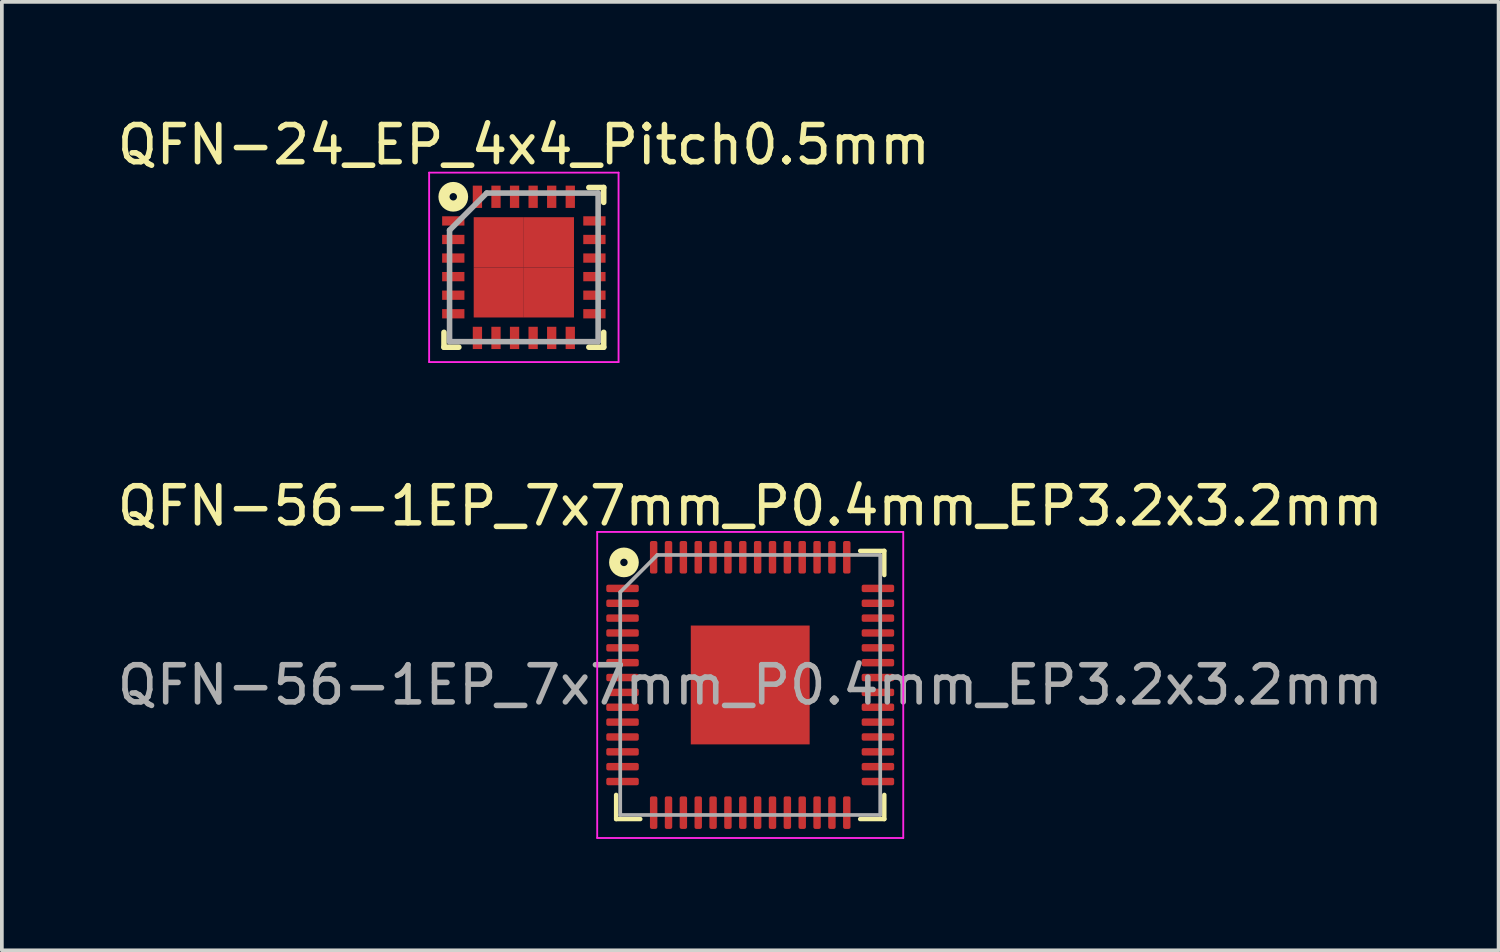
<source format=kicad_pcb>
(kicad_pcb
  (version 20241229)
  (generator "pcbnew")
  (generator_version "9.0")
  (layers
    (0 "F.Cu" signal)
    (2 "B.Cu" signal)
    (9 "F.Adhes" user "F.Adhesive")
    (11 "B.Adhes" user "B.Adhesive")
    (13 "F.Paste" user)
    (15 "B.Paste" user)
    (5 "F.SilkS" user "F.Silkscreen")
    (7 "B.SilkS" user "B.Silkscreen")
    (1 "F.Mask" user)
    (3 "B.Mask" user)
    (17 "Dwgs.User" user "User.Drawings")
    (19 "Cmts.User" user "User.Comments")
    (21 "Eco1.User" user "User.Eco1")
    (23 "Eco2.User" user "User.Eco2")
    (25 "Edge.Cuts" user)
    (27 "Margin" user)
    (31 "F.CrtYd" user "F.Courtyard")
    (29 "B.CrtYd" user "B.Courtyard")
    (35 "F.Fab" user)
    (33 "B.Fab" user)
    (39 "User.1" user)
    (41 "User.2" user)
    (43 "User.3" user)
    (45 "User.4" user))
  (footprint "QFN-24_EP_4x4_Pitch0.5mm"
    (layer "F.Cu")
    (at 11.054 4.148)
    (property "Reference" "QFN-24_EP_4x4_Pitch0.5mm" (at 0 -3.3 0) (layer "F.SilkS") (effects (font (size 1 1) (thickness 0.15))))
    (attr smd)
    (fp_line (start -2.15 2.15) (end -2.15 1.75) (stroke (width 0.15) (type solid)) (layer "F.SilkS"))
    (fp_line (start -1.75 2.15) (end -2.15 2.15) (stroke (width 0.15) (type solid)) (layer "F.SilkS"))
    (fp_line (start 1.75 -2.15) (end 2.15 -2.15) (stroke (width 0.15) (type solid)) (layer "F.SilkS"))
    (fp_line (start 1.75 2.15) (end 2.15 2.15) (stroke (width 0.15) (type solid)) (layer "F.SilkS"))
    (fp_line (start 2.15 -2.15) (end 2.15 -1.75) (stroke (width 0.15) (type solid)) (layer "F.SilkS"))
    (fp_line (start 2.15 2.15) (end 2.15 1.75) (stroke (width 0.15) (type solid)) (layer "F.SilkS"))
    (fp_circle (center -1.9 -1.9) (end -1.8 -1.9) (stroke (width 0.3) (type default)) (fill no) (layer "F.SilkS"))
    (fp_line (start -2.55 -2.55) (end 2.55 -2.55) (stroke (width 0.05) (type solid)) (layer "F.CrtYd"))
    (fp_line (start -2.55 2.55) (end -2.55 -2.55) (stroke (width 0.05) (type solid)) (layer "F.CrtYd"))
    (fp_line (start 2.55 -2.55) (end 2.55 2.55) (stroke (width 0.05) (type solid)) (layer "F.CrtYd"))
    (fp_line (start 2.55 2.55) (end -2.55 2.55) (stroke (width 0.05) (type solid)) (layer "F.CrtYd"))
    (fp_line (start -2 -1) (end -2 2) (stroke (width 0.15) (type solid)) (layer "F.Fab"))
    (fp_line (start -2 2) (end 2 2) (stroke (width 0.15) (type solid)) (layer "F.Fab"))
    (fp_line (start -1 -2) (end -2 -1) (stroke (width 0.15) (type solid)) (layer "F.Fab"))
    (fp_line (start 2 -2) (end -1 -2) (stroke (width 0.15) (type solid)) (layer "F.Fab"))
    (fp_line (start 2 2) (end 2 -2) (stroke (width 0.15) (type solid)) (layer "F.Fab"))
    (pad "1" smd rect (at -1.9 -1.25 90) (size 0.25 0.6) (layers "F.Cu" "F.Mask" "F.Paste"))
    (pad "2" smd rect (at -1.9 -0.75 90) (size 0.25 0.6) (layers "F.Cu" "F.Mask" "F.Paste"))
    (pad "3" smd rect (at -1.9 -0.25 90) (size 0.25 0.6) (layers "F.Cu" "F.Mask" "F.Paste"))
    (pad "4" smd rect (at -1.9 0.25 90) (size 0.25 0.6) (layers "F.Cu" "F.Mask" "F.Paste"))
    (pad "5" smd rect (at -1.9 0.75 90) (size 0.25 0.6) (layers "F.Cu" "F.Mask" "F.Paste"))
    (pad "6" smd rect (at -1.9 1.25 90) (size 0.25 0.6) (layers "F.Cu" "F.Mask" "F.Paste"))
    (pad "7" smd rect (at -1.25 1.9) (size 0.25 0.6) (layers "F.Cu" "F.Mask" "F.Paste"))
    (pad "8" smd rect (at -0.75 1.9) (size 0.25 0.6) (layers "F.Cu" "F.Mask" "F.Paste"))
    (pad "9" smd rect (at -0.25 1.9) (size 0.25 0.6) (layers "F.Cu" "F.Mask" "F.Paste"))
    (pad "10" smd rect (at 0.25 1.9) (size 0.25 0.6) (layers "F.Cu" "F.Mask" "F.Paste"))
    (pad "11" smd rect (at 0.75 1.9) (size 0.25 0.6) (layers "F.Cu" "F.Mask" "F.Paste"))
    (pad "12" smd rect (at 1.25 1.9) (size 0.25 0.6) (layers "F.Cu" "F.Mask" "F.Paste"))
    (pad "13" smd rect (at 1.9 1.25 90) (size 0.25 0.6) (layers "F.Cu" "F.Mask" "F.Paste"))
    (pad "14" smd rect (at 1.9 0.75 90) (size 0.25 0.6) (layers "F.Cu" "F.Mask" "F.Paste"))
    (pad "15" smd rect (at 1.9 0.25 90) (size 0.25 0.6) (layers "F.Cu" "F.Mask" "F.Paste"))
    (pad "16" smd rect (at 1.9 -0.25 90) (size 0.25 0.6) (layers "F.Cu" "F.Mask" "F.Paste"))
    (pad "17" smd rect (at 1.9 -0.75 90) (size 0.25 0.6) (layers "F.Cu" "F.Mask" "F.Paste"))
    (pad "18" smd rect (at 1.9 -1.25 90) (size 0.25 0.6) (layers "F.Cu" "F.Mask" "F.Paste"))
    (pad "19" smd rect (at 1.25 -1.9) (size 0.25 0.6) (layers "F.Cu" "F.Mask" "F.Paste"))
    (pad "20" smd rect (at 0.75 -1.9) (size 0.25 0.6) (layers "F.Cu" "F.Mask" "F.Paste"))
    (pad "21" smd rect (at 0.25 -1.9) (size 0.25 0.6) (layers "F.Cu" "F.Mask" "F.Paste"))
    (pad "22" smd rect (at -0.25 -1.9) (size 0.25 0.6) (layers "F.Cu" "F.Mask" "F.Paste"))
    (pad "23" smd rect (at -0.75 -1.9) (size 0.25 0.6) (layers "F.Cu" "F.Mask" "F.Paste"))
    (pad "24" smd rect (at -1.25 -1.9) (size 0.25 0.6) (layers "F.Cu" "F.Mask" "F.Paste"))
    (pad "25" smd rect (at -0.675 -0.675) (size 1.35 1.35) (layers "F.Cu" "F.Mask" "F.Paste"))
    (pad "25" smd rect (at -0.675 0.675) (size 1.35 1.35) (layers "F.Cu" "F.Mask" "F.Paste"))
    (pad "25" smd rect (at 0.675 -0.675) (size 1.35 1.35) (layers "F.Cu" "F.Mask" "F.Paste"))
    (pad "25" smd rect (at 0.675 0.675) (size 1.35 1.35) (layers "F.Cu" "F.Mask" "F.Paste")))
  (footprint "QFN-56-1EP_7x7mm_P0.4mm_EP3.2x3.2mm"
    (layer "F.Cu")
    (at 17.149 15.392)
    (property "Reference" "QFN-56-1EP_7x7mm_P0.4mm_EP3.2x3.2mm" (at 0 -4.82 0) (layer "F.SilkS") (effects (font (size 1 1) (thickness 0.15))))
    (attr smd)
    (fp_line (start -3.61 3.61) (end -3.61 2.96) (stroke (width 0.12) (type solid)) (layer "F.SilkS"))
    (fp_line (start -2.96 3.61) (end -3.61 3.61) (stroke (width 0.12) (type solid)) (layer "F.SilkS"))
    (fp_line (start 2.96 -3.61) (end 3.61 -3.61) (stroke (width 0.12) (type solid)) (layer "F.SilkS"))
    (fp_line (start 2.96 3.61) (end 3.61 3.61) (stroke (width 0.12) (type solid)) (layer "F.SilkS"))
    (fp_line (start 3.61 -3.61) (end 3.61 -2.96) (stroke (width 0.12) (type solid)) (layer "F.SilkS"))
    (fp_line (start 3.61 3.61) (end 3.61 2.96) (stroke (width 0.12) (type solid)) (layer "F.SilkS"))
    (fp_circle (center -3.4 -3.3) (end -3.3 -3.3) (stroke (width 0.3) (type default)) (fill no) (layer "F.SilkS"))
    (fp_line (start -4.12 -4.12) (end -4.12 4.12) (stroke (width 0.05) (type solid)) (layer "F.CrtYd"))
    (fp_line (start -4.12 4.12) (end 4.12 4.12) (stroke (width 0.05) (type solid)) (layer "F.CrtYd"))
    (fp_line (start 4.12 -4.12) (end -4.12 -4.12) (stroke (width 0.05) (type solid)) (layer "F.CrtYd"))
    (fp_line (start 4.12 4.12) (end 4.12 -4.12) (stroke (width 0.05) (type solid)) (layer "F.CrtYd"))
    (fp_line (start -3.5 -2.5) (end -2.5 -3.5) (stroke (width 0.1) (type solid)) (layer "F.Fab"))
    (fp_line (start -3.5 3.5) (end -3.5 -2.5) (stroke (width 0.1) (type solid)) (layer "F.Fab"))
    (fp_line (start -2.5 -3.5) (end 3.5 -3.5) (stroke (width 0.1) (type solid)) (layer "F.Fab"))
    (fp_line (start 3.5 -3.5) (end 3.5 3.5) (stroke (width 0.1) (type solid)) (layer "F.Fab"))
    (fp_line (start 3.5 3.5) (end -3.5 3.5) (stroke (width 0.1) (type solid)) (layer "F.Fab"))
    (fp_text user "${REFERENCE}" (at 0 0 0) (layer "F.Fab") (effects (font (size 1 1) (thickness 0.15))))
    (pad "" smd roundrect (at -0.8 -0.8) (size 1.29 1.29) (layers "F.Paste") (roundrect_rratio 0.194))
    (pad "" smd roundrect (at -0.8 0.8) (size 1.29 1.29) (layers "F.Paste") (roundrect_rratio 0.194))
    (pad "" smd roundrect (at 0.8 -0.8) (size 1.29 1.29) (layers "F.Paste") (roundrect_rratio 0.194))
    (pad "" smd roundrect (at 0.8 0.8) (size 1.29 1.29) (layers "F.Paste") (roundrect_rratio 0.194))
    (pad "1" smd roundrect (at -3.438 -2.6) (size 0.875 0.2) (layers "F.Cu" "F.Mask" "F.Paste") (roundrect_rratio 0.25))
    (pad "2" smd roundrect (at -3.438 -2.2) (size 0.875 0.2) (layers "F.Cu" "F.Mask" "F.Paste") (roundrect_rratio 0.25))
    (pad "3" smd roundrect (at -3.438 -1.8) (size 0.875 0.2) (layers "F.Cu" "F.Mask" "F.Paste") (roundrect_rratio 0.25))
    (pad "4" smd roundrect (at -3.438 -1.4) (size 0.875 0.2) (layers "F.Cu" "F.Mask" "F.Paste") (roundrect_rratio 0.25))
    (pad "5" smd roundrect (at -3.438 -1) (size 0.875 0.2) (layers "F.Cu" "F.Mask" "F.Paste") (roundrect_rratio 0.25))
    (pad "6" smd roundrect (at -3.438 -0.6) (size 0.875 0.2) (layers "F.Cu" "F.Mask" "F.Paste") (roundrect_rratio 0.25))
    (pad "7" smd roundrect (at -3.438 -0.2) (size 0.875 0.2) (layers "F.Cu" "F.Mask" "F.Paste") (roundrect_rratio 0.25))
    (pad "8" smd roundrect (at -3.438 0.2) (size 0.875 0.2) (layers "F.Cu" "F.Mask" "F.Paste") (roundrect_rratio 0.25))
    (pad "9" smd roundrect (at -3.438 0.6) (size 0.875 0.2) (layers "F.Cu" "F.Mask" "F.Paste") (roundrect_rratio 0.25))
    (pad "10" smd roundrect (at -3.438 1) (size 0.875 0.2) (layers "F.Cu" "F.Mask" "F.Paste") (roundrect_rratio 0.25))
    (pad "11" smd roundrect (at -3.438 1.4) (size 0.875 0.2) (layers "F.Cu" "F.Mask" "F.Paste") (roundrect_rratio 0.25))
    (pad "12" smd roundrect (at -3.438 1.8) (size 0.875 0.2) (layers "F.Cu" "F.Mask" "F.Paste") (roundrect_rratio 0.25))
    (pad "13" smd roundrect (at -3.438 2.2) (size 0.875 0.2) (layers "F.Cu" "F.Mask" "F.Paste") (roundrect_rratio 0.25))
    (pad "14" smd roundrect (at -3.438 2.6) (size 0.875 0.2) (layers "F.Cu" "F.Mask" "F.Paste") (roundrect_rratio 0.25))
    (pad "15" smd roundrect (at -2.6 3.438) (size 0.2 0.875) (layers "F.Cu" "F.Mask" "F.Paste") (roundrect_rratio 0.25))
    (pad "16" smd roundrect (at -2.2 3.438) (size 0.2 0.875) (layers "F.Cu" "F.Mask" "F.Paste") (roundrect_rratio 0.25))
    (pad "17" smd roundrect (at -1.8 3.438) (size 0.2 0.875) (layers "F.Cu" "F.Mask" "F.Paste") (roundrect_rratio 0.25))
    (pad "18" smd roundrect (at -1.4 3.438) (size 0.2 0.875) (layers "F.Cu" "F.Mask" "F.Paste") (roundrect_rratio 0.25))
    (pad "19" smd roundrect (at -1 3.438) (size 0.2 0.875) (layers "F.Cu" "F.Mask" "F.Paste") (roundrect_rratio 0.25))
    (pad "20" smd roundrect (at -0.6 3.438) (size 0.2 0.875) (layers "F.Cu" "F.Mask" "F.Paste") (roundrect_rratio 0.25))
    (pad "21" smd roundrect (at -0.2 3.438) (size 0.2 0.875) (layers "F.Cu" "F.Mask" "F.Paste") (roundrect_rratio 0.25))
    (pad "22" smd roundrect (at 0.2 3.438) (size 0.2 0.875) (layers "F.Cu" "F.Mask" "F.Paste") (roundrect_rratio 0.25))
    (pad "23" smd roundrect (at 0.6 3.438) (size 0.2 0.875) (layers "F.Cu" "F.Mask" "F.Paste") (roundrect_rratio 0.25))
    (pad "24" smd roundrect (at 1 3.438) (size 0.2 0.875) (layers "F.Cu" "F.Mask" "F.Paste") (roundrect_rratio 0.25))
    (pad "25" smd roundrect (at 1.4 3.438) (size 0.2 0.875) (layers "F.Cu" "F.Mask" "F.Paste") (roundrect_rratio 0.25))
    (pad "26" smd roundrect (at 1.8 3.438) (size 0.2 0.875) (layers "F.Cu" "F.Mask" "F.Paste") (roundrect_rratio 0.25))
    (pad "27" smd roundrect (at 2.2 3.438) (size 0.2 0.875) (layers "F.Cu" "F.Mask" "F.Paste") (roundrect_rratio 0.25))
    (pad "28" smd roundrect (at 2.6 3.438) (size 0.2 0.875) (layers "F.Cu" "F.Mask" "F.Paste") (roundrect_rratio 0.25))
    (pad "29" smd roundrect (at 3.438 2.6) (size 0.875 0.2) (layers "F.Cu" "F.Mask" "F.Paste") (roundrect_rratio 0.25))
    (pad "30" smd roundrect (at 3.438 2.2) (size 0.875 0.2) (layers "F.Cu" "F.Mask" "F.Paste") (roundrect_rratio 0.25))
    (pad "31" smd roundrect (at 3.438 1.8) (size 0.875 0.2) (layers "F.Cu" "F.Mask" "F.Paste") (roundrect_rratio 0.25))
    (pad "32" smd roundrect (at 3.438 1.4) (size 0.875 0.2) (layers "F.Cu" "F.Mask" "F.Paste") (roundrect_rratio 0.25))
    (pad "33" smd roundrect (at 3.438 1) (size 0.875 0.2) (layers "F.Cu" "F.Mask" "F.Paste") (roundrect_rratio 0.25))
    (pad "34" smd roundrect (at 3.438 0.6) (size 0.875 0.2) (layers "F.Cu" "F.Mask" "F.Paste") (roundrect_rratio 0.25))
    (pad "35" smd roundrect (at 3.438 0.2) (size 0.875 0.2) (layers "F.Cu" "F.Mask" "F.Paste") (roundrect_rratio 0.25))
    (pad "36" smd roundrect (at 3.438 -0.2) (size 0.875 0.2) (layers "F.Cu" "F.Mask" "F.Paste") (roundrect_rratio 0.25))
    (pad "37" smd roundrect (at 3.438 -0.6) (size 0.875 0.2) (layers "F.Cu" "F.Mask" "F.Paste") (roundrect_rratio 0.25))
    (pad "38" smd roundrect (at 3.438 -1) (size 0.875 0.2) (layers "F.Cu" "F.Mask" "F.Paste") (roundrect_rratio 0.25))
    (pad "39" smd roundrect (at 3.438 -1.4) (size 0.875 0.2) (layers "F.Cu" "F.Mask" "F.Paste") (roundrect_rratio 0.25))
    (pad "40" smd roundrect (at 3.438 -1.8) (size 0.875 0.2) (layers "F.Cu" "F.Mask" "F.Paste") (roundrect_rratio 0.25))
    (pad "41" smd roundrect (at 3.438 -2.2) (size 0.875 0.2) (layers "F.Cu" "F.Mask" "F.Paste") (roundrect_rratio 0.25))
    (pad "42" smd roundrect (at 3.438 -2.6) (size 0.875 0.2) (layers "F.Cu" "F.Mask" "F.Paste") (roundrect_rratio 0.25))
    (pad "43" smd roundrect (at 2.6 -3.438) (size 0.2 0.875) (layers "F.Cu" "F.Mask" "F.Paste") (roundrect_rratio 0.25))
    (pad "44" smd roundrect (at 2.2 -3.438) (size 0.2 0.875) (layers "F.Cu" "F.Mask" "F.Paste") (roundrect_rratio 0.25))
    (pad "45" smd roundrect (at 1.8 -3.438) (size 0.2 0.875) (layers "F.Cu" "F.Mask" "F.Paste") (roundrect_rratio 0.25))
    (pad "46" smd roundrect (at 1.4 -3.438) (size 0.2 0.875) (layers "F.Cu" "F.Mask" "F.Paste") (roundrect_rratio 0.25))
    (pad "47" smd roundrect (at 1 -3.438) (size 0.2 0.875) (layers "F.Cu" "F.Mask" "F.Paste") (roundrect_rratio 0.25))
    (pad "48" smd roundrect (at 0.6 -3.438) (size 0.2 0.875) (layers "F.Cu" "F.Mask" "F.Paste") (roundrect_rratio 0.25))
    (pad "49" smd roundrect (at 0.2 -3.438) (size 0.2 0.875) (layers "F.Cu" "F.Mask" "F.Paste") (roundrect_rratio 0.25))
    (pad "50" smd roundrect (at -0.2 -3.438) (size 0.2 0.875) (layers "F.Cu" "F.Mask" "F.Paste") (roundrect_rratio 0.25))
    (pad "51" smd roundrect (at -0.6 -3.438) (size 0.2 0.875) (layers "F.Cu" "F.Mask" "F.Paste") (roundrect_rratio 0.25))
    (pad "52" smd roundrect (at -1 -3.438) (size 0.2 0.875) (layers "F.Cu" "F.Mask" "F.Paste") (roundrect_rratio 0.25))
    (pad "53" smd roundrect (at -1.4 -3.438) (size 0.2 0.875) (layers "F.Cu" "F.Mask" "F.Paste") (roundrect_rratio 0.25))
    (pad "54" smd roundrect (at -1.8 -3.438) (size 0.2 0.875) (layers "F.Cu" "F.Mask" "F.Paste") (roundrect_rratio 0.25))
    (pad "55" smd roundrect (at -2.2 -3.438) (size 0.2 0.875) (layers "F.Cu" "F.Mask" "F.Paste") (roundrect_rratio 0.25))
    (pad "56" smd roundrect (at -2.6 -3.438) (size 0.2 0.875) (layers "F.Cu" "F.Mask" "F.Paste") (roundrect_rratio 0.25))
    (pad "57" smd rect (at 0 0) (size 3.2 3.2) (layers "F.Cu" "F.Mask")))
  (gr_rect
    (start -3 -3)
    (end 37.298 22.537)
    (stroke (width 0.1) (type default))
    (fill no)
    (layer "Edge.Cuts")))
</source>
